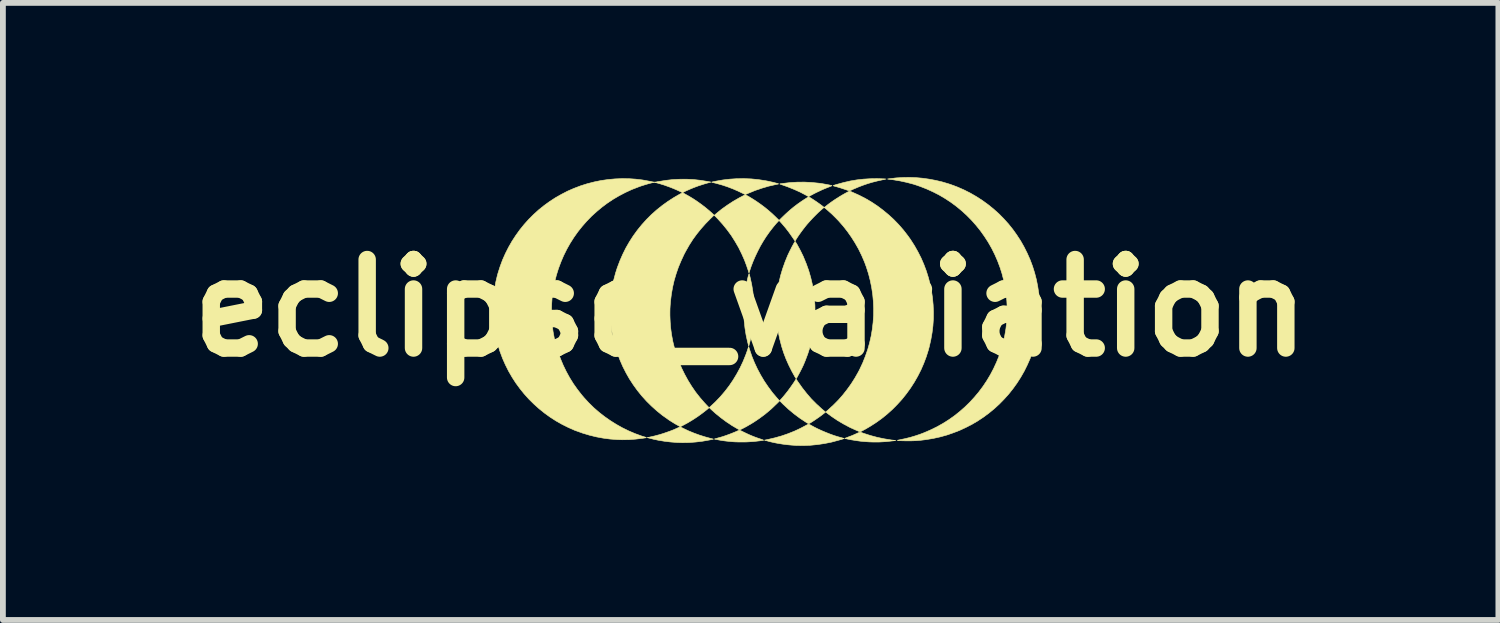
<source format=kicad_pcb>
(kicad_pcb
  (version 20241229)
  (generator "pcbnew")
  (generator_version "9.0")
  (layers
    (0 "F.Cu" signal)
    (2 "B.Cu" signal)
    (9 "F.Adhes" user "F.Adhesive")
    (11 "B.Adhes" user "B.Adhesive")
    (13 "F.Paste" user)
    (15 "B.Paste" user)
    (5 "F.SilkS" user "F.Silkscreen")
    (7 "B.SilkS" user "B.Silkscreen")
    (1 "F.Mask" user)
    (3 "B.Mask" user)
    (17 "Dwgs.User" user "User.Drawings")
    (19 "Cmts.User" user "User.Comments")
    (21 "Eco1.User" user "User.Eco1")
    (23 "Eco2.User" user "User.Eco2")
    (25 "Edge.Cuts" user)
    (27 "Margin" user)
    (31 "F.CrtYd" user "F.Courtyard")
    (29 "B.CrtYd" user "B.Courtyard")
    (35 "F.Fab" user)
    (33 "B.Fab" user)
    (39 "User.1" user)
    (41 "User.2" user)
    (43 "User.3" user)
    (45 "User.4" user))
  (footprint "eclipse_variation"
    (layer "F.Cu")
    (at 9.877 2.254)
    (property "Reference" "eclipse_variation" (at 0 0 0) (layer "F.SilkS") (effects (font (size 1.524 1.524) (thickness 0.3))))
    (attr through_hole)
    (fp_poly (pts (xy 1.944 2.158) (xy 2.062 2.196) (xy 2.181 2.228) (xy 2.301 2.253) (xy 2.424 2.273) (xy 2.451 2.276) (xy 2.501 2.282) (xy 2.46 2.287) (xy 2.338 2.301) (xy 2.217 2.308) (xy 2.097 2.308) (xy 2.041 2.306) (xy 1.967 2.301) (xy 1.891 2.294) (xy 1.814 2.283) (xy 1.739 2.271) (xy 1.667 2.257) (xy 1.648 2.252) (xy 1.619 2.246) (xy 1.678 2.223) (xy 1.706 2.212) (xy 1.729 2.204) (xy 1.749 2.196) (xy 1.768 2.188) (xy 1.787 2.179) (xy 1.808 2.17) (xy 1.833 2.159) (xy 1.834 2.158) (xy 1.883 2.136) (xy 1.944 2.158)) (stroke (width 0.01) (type solid)) (fill yes) (layer "F.SilkS"))
    (fp_poly (pts (xy 0.814 1.27) (xy 0.886 1.372) (xy 0.962 1.469) (xy 1.042 1.562) (xy 1.128 1.649) (xy 1.218 1.732) (xy 1.256 1.764) (xy 1.29 1.793) (xy 1.266 1.812) (xy 1.246 1.828) (xy 1.224 1.845) (xy 1.2 1.863) (xy 1.175 1.881) (xy 1.149 1.899) (xy 1.123 1.917) (xy 1.098 1.934) (xy 1.075 1.949) (xy 1.053 1.963) (xy 1.035 1.975) (xy 1.019 1.984) (xy 1.007 1.99) (xy 1 1.993) (xy 1 1.993) (xy 0.995 1.991) (xy 0.986 1.987) (xy 0.974 1.98) (xy 0.959 1.971) (xy 0.948 1.964) (xy 0.847 1.897) (xy 0.749 1.824) (xy 0.655 1.746) (xy 0.565 1.663) (xy 0.537 1.635) (xy 0.499 1.597) (xy 0.526 1.568) (xy 0.562 1.527) (xy 0.599 1.482) (xy 0.637 1.434) (xy 0.674 1.384) (xy 0.71 1.333) (xy 0.744 1.284) (xy 0.773 1.237) (xy 0.776 1.234) (xy 0.782 1.222) (xy 0.814 1.27)) (stroke (width 0.01) (type solid)) (fill yes) (layer "F.SilkS"))
    (fp_poly (pts (xy -0.025 -0.587) (xy -0.022 -0.578) (xy -0.018 -0.564) (xy -0.014 -0.547) (xy -0.009 -0.527) (xy -0.009 -0.527) (xy 0.018 -0.405) (xy 0.038 -0.284) (xy 0.051 -0.162) (xy 0.058 -0.041) (xy 0.058 0.081) (xy 0.051 0.202) (xy 0.038 0.324) (xy 0.018 0.445) (xy 0.015 0.463) (xy 0.01 0.485) (xy 0.004 0.511) (xy -0.002 0.538) (xy -0.009 0.566) (xy -0.015 0.593) (xy -0.022 0.617) (xy -0.027 0.637) (xy -0.029 0.645) (xy -0.032 0.655) (xy -0.036 0.647) (xy -0.038 0.641) (xy -0.041 0.629) (xy -0.045 0.614) (xy -0.049 0.597) (xy -0.053 0.583) (xy -0.079 0.464) (xy -0.098 0.344) (xy -0.111 0.223) (xy -0.118 0.102) (xy -0.118 -0.019) (xy -0.112 -0.14) (xy -0.099 -0.26) (xy -0.08 -0.38) (xy -0.054 -0.498) (xy -0.043 -0.543) (xy -0.038 -0.56) (xy -0.033 -0.574) (xy -0.03 -0.584) (xy -0.027 -0.59) (xy -0.026 -0.591) (xy -0.025 -0.587)) (stroke (width 0.01) (type solid)) (fill yes) (layer "F.SilkS"))
    (fp_poly (pts (xy 1.046 -2.162) (xy 1.167 -2.15) (xy 1.208 -2.145) (xy 1.227 -2.142) (xy 1.249 -2.138) (xy 1.272 -2.134) (xy 1.296 -2.13) (xy 1.32 -2.125) (xy 1.342 -2.121) (xy 1.362 -2.117) (xy 1.379 -2.113) (xy 1.391 -2.11) (xy 1.399 -2.108) (xy 1.401 -2.107) (xy 1.398 -2.105) (xy 1.391 -2.101) (xy 1.38 -2.096) (xy 1.365 -2.091) (xy 1.359 -2.088) (xy 1.317 -2.072) (xy 1.271 -2.053) (xy 1.224 -2.033) (xy 1.176 -2.01) (xy 1.129 -1.988) (xy 1.084 -1.965) (xy 1.043 -1.943) (xy 1.008 -1.923) (xy 0.998 -1.917) (xy 0.96 -1.939) (xy 0.856 -1.994) (xy 0.747 -2.043) (xy 0.635 -2.088) (xy 0.564 -2.113) (xy 0.541 -2.121) (xy 0.524 -2.127) (xy 0.513 -2.131) (xy 0.506 -2.134) (xy 0.503 -2.136) (xy 0.504 -2.137) (xy 0.505 -2.138) (xy 0.512 -2.139) (xy 0.524 -2.141) (xy 0.539 -2.143) (xy 0.557 -2.146) (xy 0.562 -2.146) (xy 0.682 -2.16) (xy 0.803 -2.167) (xy 0.925 -2.168) (xy 1.046 -2.162)) (stroke (width 0.01) (type solid)) (fill yes) (layer "F.SilkS"))
    (fp_poly (pts (xy -0.117 2.139) (xy -0.067 2.163) (xy -0.021 2.184) (xy 0.024 2.203) (xy 0.069 2.221) (xy 0.116 2.238) (xy 0.166 2.255) (xy 0.175 2.258) (xy 0.192 2.264) (xy 0.206 2.269) (xy 0.217 2.274) (xy 0.223 2.276) (xy 0.223 2.278) (xy 0.218 2.279) (xy 0.208 2.28) (xy 0.194 2.283) (xy 0.177 2.285) (xy 0.17 2.286) (xy 0.048 2.3) (xy -0.073 2.307) (xy -0.193 2.308) (xy -0.259 2.306) (xy -0.311 2.303) (xy -0.366 2.298) (xy -0.42 2.292) (xy -0.468 2.286) (xy -0.49 2.283) (xy -0.513 2.279) (xy -0.536 2.275) (xy -0.558 2.271) (xy -0.578 2.267) (xy -0.596 2.264) (xy -0.61 2.261) (xy -0.62 2.258) (xy -0.624 2.257) (xy -0.624 2.256) (xy -0.62 2.255) (xy -0.611 2.252) (xy -0.598 2.248) (xy -0.581 2.244) (xy -0.573 2.241) (xy -0.525 2.228) (xy -0.472 2.212) (xy -0.417 2.193) (xy -0.362 2.173) (xy -0.308 2.152) (xy -0.257 2.131) (xy -0.237 2.122) (xy -0.192 2.102) (xy -0.117 2.139)) (stroke (width 0.01) (type solid)) (fill yes) (layer "F.SilkS"))
    (fp_poly (pts (xy 1.002 2) (xy 1.011 2.005) (xy 1.023 2.011) (xy 1.035 2.018) (xy 1.095 2.051) (xy 1.159 2.083) (xy 1.227 2.114) (xy 1.296 2.143) (xy 1.367 2.171) (xy 1.436 2.196) (xy 1.504 2.217) (xy 1.568 2.235) (xy 1.573 2.236) (xy 1.587 2.24) (xy 1.598 2.243) (xy 1.605 2.245) (xy 1.606 2.245) (xy 1.607 2.247) (xy 1.605 2.249) (xy 1.598 2.252) (xy 1.587 2.256) (xy 1.571 2.261) (xy 1.549 2.267) (xy 1.522 2.275) (xy 1.511 2.278) (xy 1.392 2.31) (xy 1.272 2.334) (xy 1.151 2.352) (xy 1.029 2.364) (xy 0.907 2.369) (xy 0.784 2.367) (xy 0.771 2.366) (xy 0.699 2.361) (xy 0.625 2.354) (xy 0.549 2.344) (xy 0.474 2.332) (xy 0.401 2.318) (xy 0.332 2.302) (xy 0.267 2.284) (xy 0.262 2.283) (xy 0.238 2.276) (xy 0.302 2.263) (xy 0.417 2.236) (xy 0.531 2.204) (xy 0.644 2.165) (xy 0.754 2.121) (xy 0.861 2.071) (xy 0.953 2.022) (xy 0.968 2.014) (xy 0.981 2.007) (xy 0.991 2.002) (xy 0.997 1.999) (xy 0.998 1.999) (xy 1.002 2)) (stroke (width 0.01) (type solid)) (fill yes) (layer "F.SilkS"))
    (fp_poly (pts (xy -1.157 2.075) (xy -1.068 2.117) (xy -0.975 2.155) (xy -0.879 2.19) (xy -0.783 2.22) (xy -0.692 2.245) (xy -0.675 2.249) (xy -0.66 2.253) (xy -0.649 2.256) (xy -0.642 2.258) (xy -0.641 2.259) (xy -0.644 2.259) (xy -0.653 2.261) (xy -0.667 2.264) (xy -0.684 2.268) (xy -0.704 2.272) (xy -0.709 2.273) (xy -0.827 2.294) (xy -0.943 2.308) (xy -1.059 2.317) (xy -1.176 2.319) (xy -1.269 2.316) (xy -1.375 2.308) (xy -1.484 2.295) (xy -1.593 2.277) (xy -1.602 2.275) (xy -1.624 2.27) (xy -1.65 2.265) (xy -1.677 2.259) (xy -1.703 2.252) (xy -1.728 2.246) (xy -1.75 2.24) (xy -1.768 2.236) (xy -1.775 2.233) (xy -1.781 2.231) (xy -1.781 2.23) (xy -1.777 2.23) (xy -1.769 2.229) (xy -1.756 2.227) (xy -1.738 2.223) (xy -1.717 2.218) (xy -1.693 2.213) (xy -1.668 2.207) (xy -1.643 2.201) (xy -1.618 2.194) (xy -1.595 2.188) (xy -1.575 2.183) (xy -1.571 2.182) (xy -1.51 2.163) (xy -1.448 2.142) (xy -1.386 2.12) (xy -1.327 2.097) (xy -1.273 2.073) (xy -1.251 2.063) (xy -1.214 2.046) (xy -1.157 2.075)) (stroke (width 0.01) (type solid)) (fill yes) (layer "F.SilkS"))
    (fp_poly (pts (xy 2.296 -2.224) (xy 2.31 -2.223) (xy 2.322 -2.222) (xy 2.33 -2.221) (xy 2.332 -2.221) (xy 2.328 -2.22) (xy 2.319 -2.218) (xy 2.306 -2.215) (xy 2.289 -2.211) (xy 2.269 -2.207) (xy 2.265 -2.206) (xy 2.179 -2.187) (xy 2.097 -2.166) (xy 2.016 -2.142) (xy 1.935 -2.114) (xy 1.935 -2.114) (xy 1.906 -2.103) (xy 1.874 -2.091) (xy 1.842 -2.078) (xy 1.81 -2.064) (xy 1.78 -2.052) (xy 1.754 -2.04) (xy 1.733 -2.03) (xy 1.719 -2.023) (xy 1.708 -2.019) (xy 1.7 -2.017) (xy 1.693 -2.018) (xy 1.684 -2.021) (xy 1.683 -2.022) (xy 1.672 -2.026) (xy 1.656 -2.032) (xy 1.635 -2.039) (xy 1.611 -2.047) (xy 1.586 -2.055) (xy 1.56 -2.064) (xy 1.534 -2.072) (xy 1.509 -2.079) (xy 1.487 -2.086) (xy 1.475 -2.089) (xy 1.454 -2.095) (xy 1.439 -2.099) (xy 1.429 -2.102) (xy 1.424 -2.105) (xy 1.425 -2.108) (xy 1.431 -2.112) (xy 1.443 -2.116) (xy 1.462 -2.122) (xy 1.486 -2.129) (xy 1.49 -2.13) (xy 1.603 -2.161) (xy 1.715 -2.187) (xy 1.828 -2.206) (xy 1.942 -2.219) (xy 2.058 -2.226) (xy 2.176 -2.228) (xy 2.296 -2.224)) (stroke (width 0.01) (type solid)) (fill yes) (layer "F.SilkS"))
    (fp_poly (pts (xy 0.011 -2.223) (xy 0.133 -2.211) (xy 0.255 -2.192) (xy 0.292 -2.185) (xy 0.318 -2.18) (xy 0.346 -2.173) (xy 0.375 -2.167) (xy 0.403 -2.16) (xy 0.43 -2.153) (xy 0.453 -2.147) (xy 0.47 -2.142) (xy 0.476 -2.14) (xy 0.479 -2.139) (xy 0.481 -2.138) (xy 0.479 -2.136) (xy 0.473 -2.134) (xy 0.463 -2.132) (xy 0.448 -2.129) (xy 0.427 -2.125) (xy 0.418 -2.123) (xy 0.302 -2.096) (xy 0.188 -2.062) (xy 0.074 -2.023) (xy -0.02 -1.984) (xy -0.04 -1.976) (xy -0.057 -1.968) (xy -0.072 -1.962) (xy -0.083 -1.957) (xy -0.089 -1.955) (xy -0.09 -1.955) (xy -0.095 -1.956) (xy -0.104 -1.959) (xy -0.117 -1.965) (xy -0.131 -1.972) (xy -0.135 -1.974) (xy -0.225 -2.017) (xy -0.319 -2.057) (xy -0.415 -2.093) (xy -0.512 -2.124) (xy -0.607 -2.15) (xy -0.612 -2.151) (xy -0.633 -2.156) (xy -0.648 -2.16) (xy -0.659 -2.163) (xy -0.665 -2.165) (xy -0.669 -2.166) (xy -0.67 -2.167) (xy -0.669 -2.168) (xy -0.669 -2.168) (xy -0.665 -2.169) (xy -0.656 -2.172) (xy -0.642 -2.175) (xy -0.624 -2.178) (xy -0.603 -2.183) (xy -0.581 -2.187) (xy -0.558 -2.191) (xy -0.535 -2.195) (xy -0.513 -2.199) (xy -0.493 -2.202) (xy -0.478 -2.205) (xy -0.356 -2.219) (xy -0.234 -2.227) (xy -0.111 -2.228) (xy 0.011 -2.223)) (stroke (width 0.01) (type solid)) (fill yes) (layer "F.SilkS"))
    (fp_poly (pts (xy -0.032 0.668) (xy -0.03 0.677) (xy -0.026 0.69) (xy -0.021 0.706) (xy -0.018 0.716) (xy 0.02 0.829) (xy 0.065 0.94) (xy 0.116 1.049) (xy 0.173 1.156) (xy 0.235 1.26) (xy 0.303 1.36) (xy 0.375 1.457) (xy 0.453 1.549) (xy 0.47 1.568) (xy 0.48 1.58) (xy 0.489 1.59) (xy 0.494 1.597) (xy 0.497 1.6) (xy 0.497 1.6) (xy 0.494 1.603) (xy 0.488 1.61) (xy 0.478 1.62) (xy 0.465 1.633) (xy 0.45 1.648) (xy 0.433 1.664) (xy 0.415 1.681) (xy 0.398 1.698) (xy 0.381 1.714) (xy 0.364 1.73) (xy 0.35 1.743) (xy 0.338 1.753) (xy 0.338 1.753) (xy 0.245 1.831) (xy 0.149 1.902) (xy 0.051 1.968) (xy -0.052 2.029) (xy -0.062 2.035) (xy -0.08 2.045) (xy -0.099 2.055) (xy -0.118 2.065) (xy -0.137 2.075) (xy -0.154 2.083) (xy -0.169 2.091) (xy -0.18 2.096) (xy -0.187 2.099) (xy -0.189 2.1) (xy -0.193 2.098) (xy -0.201 2.094) (xy -0.213 2.088) (xy -0.227 2.08) (xy -0.227 2.08) (xy -0.325 2.022) (xy -0.421 1.958) (xy -0.515 1.888) (xy -0.606 1.814) (xy -0.666 1.76) (xy -0.713 1.716) (xy -0.696 1.7) (xy -0.607 1.617) (xy -0.524 1.53) (xy -0.445 1.438) (xy -0.371 1.342) (xy -0.303 1.242) (xy -0.24 1.138) (xy -0.182 1.031) (xy -0.13 0.921) (xy -0.084 0.808) (xy -0.056 0.73) (xy -0.05 0.71) (xy -0.044 0.693) (xy -0.039 0.679) (xy -0.035 0.669) (xy -0.034 0.664) (xy -0.033 0.664) (xy -0.032 0.668)) (stroke (width 0.01) (type solid)) (fill yes) (layer "F.SilkS"))
    (fp_poly (pts (xy 0.769 -1.143) (xy 0.774 -1.135) (xy 0.782 -1.123) (xy 0.792 -1.107) (xy 0.804 -1.087) (xy 0.816 -1.064) (xy 0.83 -1.039) (xy 0.844 -1.013) (xy 0.858 -0.986) (xy 0.872 -0.958) (xy 0.885 -0.931) (xy 0.898 -0.905) (xy 0.909 -0.881) (xy 0.912 -0.873) (xy 0.959 -0.759) (xy 1 -0.644) (xy 1.034 -0.527) (xy 1.062 -0.409) (xy 1.083 -0.29) (xy 1.098 -0.17) (xy 1.107 -0.05) (xy 1.109 0.07) (xy 1.104 0.191) (xy 1.094 0.311) (xy 1.076 0.43) (xy 1.053 0.549) (xy 1.023 0.667) (xy 0.986 0.784) (xy 0.943 0.899) (xy 0.91 0.979) (xy 0.9 1) (xy 0.889 1.023) (xy 0.877 1.048) (xy 0.864 1.073) (xy 0.851 1.099) (xy 0.838 1.123) (xy 0.826 1.146) (xy 0.814 1.167) (xy 0.804 1.186) (xy 0.796 1.2) (xy 0.789 1.21) (xy 0.785 1.215) (xy 0.784 1.215) (xy 0.782 1.213) (xy 0.776 1.206) (xy 0.77 1.196) (xy 0.763 1.186) (xy 0.706 1.083) (xy 0.655 0.981) (xy 0.609 0.877) (xy 0.569 0.772) (xy 0.534 0.663) (xy 0.529 0.643) (xy 0.498 0.523) (xy 0.474 0.403) (xy 0.456 0.283) (xy 0.445 0.162) (xy 0.441 0.041) (xy 0.443 -0.08) (xy 0.452 -0.201) (xy 0.467 -0.321) (xy 0.488 -0.44) (xy 0.516 -0.559) (xy 0.551 -0.676) (xy 0.592 -0.792) (xy 0.639 -0.907) (xy 0.64 -0.909) (xy 0.65 -0.93) (xy 0.661 -0.953) (xy 0.673 -0.978) (xy 0.686 -1.003) (xy 0.699 -1.029) (xy 0.711 -1.053) (xy 0.724 -1.076) (xy 0.735 -1.097) (xy 0.746 -1.116) (xy 0.754 -1.13) (xy 0.761 -1.14) (xy 0.765 -1.145) (xy 0.765 -1.145) (xy 0.769 -1.143)) (stroke (width 0.01) (type solid)) (fill yes) (layer "F.SilkS"))
    (fp_poly (pts (xy 1.758 -1.991) (xy 1.871 -1.94) (xy 1.98 -1.884) (xy 2.085 -1.822) (xy 2.187 -1.754) (xy 2.284 -1.681) (xy 2.378 -1.603) (xy 2.467 -1.521) (xy 2.552 -1.433) (xy 2.632 -1.341) (xy 2.707 -1.244) (xy 2.754 -1.178) (xy 2.82 -1.075) (xy 2.88 -0.969) (xy 2.935 -0.861) (xy 2.983 -0.75) (xy 3.025 -0.638) (xy 3.061 -0.523) (xy 3.091 -0.407) (xy 3.115 -0.29) (xy 3.132 -0.171) (xy 3.143 -0.052) (xy 3.148 0.068) (xy 3.147 0.188) (xy 3.139 0.308) (xy 3.124 0.428) (xy 3.103 0.548) (xy 3.076 0.667) (xy 3.061 0.723) (xy 3.024 0.84) (xy 2.981 0.954) (xy 2.933 1.065) (xy 2.878 1.173) (xy 2.818 1.278) (xy 2.753 1.379) (xy 2.682 1.477) (xy 2.607 1.571) (xy 2.526 1.66) (xy 2.441 1.746) (xy 2.351 1.827) (xy 2.257 1.903) (xy 2.158 1.974) (xy 2.055 2.04) (xy 1.978 2.085) (xy 1.955 2.097) (xy 1.934 2.109) (xy 1.916 2.118) (xy 1.901 2.126) (xy 1.89 2.131) (xy 1.885 2.133) (xy 1.884 2.133) (xy 1.88 2.132) (xy 1.871 2.128) (xy 1.858 2.123) (xy 1.843 2.116) (xy 1.826 2.109) (xy 1.713 2.058) (xy 1.604 2) (xy 1.498 1.938) (xy 1.396 1.869) (xy 1.339 1.827) (xy 1.322 1.814) (xy 1.31 1.805) (xy 1.302 1.799) (xy 1.298 1.794) (xy 1.296 1.791) (xy 1.297 1.788) (xy 1.299 1.786) (xy 1.303 1.782) (xy 1.312 1.775) (xy 1.323 1.765) (xy 1.337 1.753) (xy 1.346 1.744) (xy 1.431 1.666) (xy 1.513 1.583) (xy 1.59 1.495) (xy 1.663 1.402) (xy 1.732 1.306) (xy 1.795 1.207) (xy 1.853 1.105) (xy 1.878 1.057) (xy 1.93 0.946) (xy 1.975 0.833) (xy 2.015 0.718) (xy 2.048 0.602) (xy 2.075 0.484) (xy 2.095 0.366) (xy 2.109 0.247) (xy 2.117 0.127) (xy 2.118 0.007) (xy 2.113 -0.113) (xy 2.102 -0.233) (xy 2.084 -0.353) (xy 2.06 -0.471) (xy 2.03 -0.589) (xy 1.993 -0.705) (xy 1.961 -0.792) (xy 1.913 -0.903) (xy 1.86 -1.012) (xy 1.8 -1.118) (xy 1.735 -1.221) (xy 1.665 -1.32) (xy 1.59 -1.415) (xy 1.509 -1.507) (xy 1.43 -1.587) (xy 1.412 -1.605) (xy 1.392 -1.624) (xy 1.37 -1.643) (xy 1.349 -1.662) (xy 1.328 -1.681) (xy 1.309 -1.697) (xy 1.293 -1.711) (xy 1.28 -1.721) (xy 1.277 -1.723) (xy 1.267 -1.731) (xy 1.293 -1.751) (xy 1.337 -1.786) (xy 1.385 -1.821) (xy 1.435 -1.856) (xy 1.487 -1.89) (xy 1.538 -1.922) (xy 1.589 -1.952) (xy 1.637 -1.979) (xy 1.682 -2.003) (xy 1.69 -2.007) (xy 1.705 -2.014) (xy 1.758 -1.991)) (stroke (width 0.01) (type solid)) (fill yes) (layer "F.SilkS"))
    (fp_poly (pts (xy -0.07 -1.939) (xy -0.053 -1.93) (xy -0.031 -1.918) (xy -0.007 -1.903) (xy 0.02 -1.887) (xy 0.047 -1.87) (xy 0.074 -1.853) (xy 0.098 -1.837) (xy 0.113 -1.827) (xy 0.181 -1.779) (xy 0.245 -1.731) (xy 0.307 -1.68) (xy 0.369 -1.626) (xy 0.431 -1.567) (xy 0.434 -1.564) (xy 0.49 -1.509) (xy 0.551 -1.569) (xy 0.599 -1.615) (xy 0.645 -1.657) (xy 0.691 -1.697) (xy 0.738 -1.736) (xy 0.788 -1.774) (xy 0.792 -1.777) (xy 0.81 -1.791) (xy 0.831 -1.805) (xy 0.853 -1.821) (xy 0.876 -1.837) (xy 0.899 -1.852) (xy 0.921 -1.867) (xy 0.942 -1.88) (xy 0.961 -1.892) (xy 0.977 -1.902) (xy 0.989 -1.909) (xy 0.997 -1.912) (xy 1 -1.913) (xy 1.005 -1.911) (xy 1.015 -1.906) (xy 1.029 -1.898) (xy 1.047 -1.887) (xy 1.067 -1.874) (xy 1.09 -1.859) (xy 1.114 -1.843) (xy 1.123 -1.837) (xy 1.141 -1.825) (xy 1.159 -1.812) (xy 1.179 -1.798) (xy 1.198 -1.784) (xy 1.216 -1.771) (xy 1.232 -1.759) (xy 1.245 -1.748) (xy 1.256 -1.74) (xy 1.262 -1.735) (xy 1.263 -1.733) (xy 1.261 -1.73) (xy 1.254 -1.724) (xy 1.244 -1.715) (xy 1.231 -1.704) (xy 1.221 -1.695) (xy 1.171 -1.651) (xy 1.121 -1.602) (xy 1.07 -1.55) (xy 1.021 -1.497) (xy 0.974 -1.444) (xy 0.963 -1.431) (xy 0.945 -1.409) (xy 0.925 -1.383) (xy 0.904 -1.356) (xy 0.882 -1.327) (xy 0.861 -1.298) (xy 0.84 -1.269) (xy 0.821 -1.241) (xy 0.804 -1.216) (xy 0.79 -1.193) (xy 0.778 -1.175) (xy 0.774 -1.166) (xy 0.766 -1.151) (xy 0.725 -1.211) (xy 0.665 -1.297) (xy 0.602 -1.379) (xy 0.538 -1.454) (xy 0.509 -1.486) (xy 0.489 -1.508) (xy 0.466 -1.483) (xy 0.438 -1.453) (xy 0.408 -1.417) (xy 0.377 -1.379) (xy 0.345 -1.338) (xy 0.314 -1.297) (xy 0.285 -1.255) (xy 0.265 -1.227) (xy 0.215 -1.148) (xy 0.167 -1.066) (xy 0.122 -0.979) (xy 0.08 -0.891) (xy 0.042 -0.803) (xy 0.008 -0.715) (xy -0.018 -0.637) (xy -0.022 -0.622) (xy -0.026 -0.612) (xy -0.029 -0.605) (xy -0.03 -0.604) (xy -0.03 -0.604) (xy -0.031 -0.61) (xy -0.034 -0.622) (xy -0.039 -0.637) (xy -0.045 -0.657) (xy -0.053 -0.678) (xy -0.061 -0.702) (xy -0.069 -0.727) (xy -0.078 -0.751) (xy -0.087 -0.774) (xy -0.095 -0.796) (xy -0.102 -0.814) (xy -0.103 -0.818) (xy -0.153 -0.931) (xy -0.207 -1.041) (xy -0.268 -1.146) (xy -0.333 -1.249) (xy -0.405 -1.347) (xy -0.482 -1.442) (xy -0.565 -1.534) (xy -0.589 -1.559) (xy -0.626 -1.596) (xy -0.594 -1.624) (xy -0.501 -1.7) (xy -0.403 -1.77) (xy -0.302 -1.836) (xy -0.196 -1.897) (xy -0.133 -1.93) (xy -0.092 -1.951) (xy -0.07 -1.939)) (stroke (width 0.01) (type solid)) (fill yes) (layer "F.SilkS"))
    (fp_poly (pts (xy 2.846 -2.245) (xy 2.958 -2.235) (xy 3.072 -2.219) (xy 3.184 -2.198) (xy 3.295 -2.172) (xy 3.403 -2.14) (xy 3.446 -2.126) (xy 3.561 -2.083) (xy 3.673 -2.034) (xy 3.782 -1.979) (xy 3.888 -1.918) (xy 3.99 -1.852) (xy 4.088 -1.781) (xy 4.182 -1.705) (xy 4.273 -1.624) (xy 4.358 -1.538) (xy 4.44 -1.447) (xy 4.516 -1.352) (xy 4.583 -1.258) (xy 4.65 -1.155) (xy 4.71 -1.049) (xy 4.764 -0.941) (xy 4.813 -0.83) (xy 4.855 -0.718) (xy 4.891 -0.603) (xy 4.921 -0.487) (xy 4.944 -0.37) (xy 4.962 -0.251) (xy 4.973 -0.132) (xy 4.978 -0.012) (xy 4.976 0.108) (xy 4.968 0.228) (xy 4.954 0.348) (xy 4.933 0.468) (xy 4.906 0.587) (xy 4.891 0.643) (xy 4.854 0.759) (xy 4.812 0.873) (xy 4.763 0.983) (xy 4.71 1.09) (xy 4.651 1.193) (xy 4.587 1.293) (xy 4.518 1.389) (xy 4.445 1.481) (xy 4.366 1.569) (xy 4.284 1.653) (xy 4.198 1.732) (xy 4.107 1.807) (xy 4.013 1.877) (xy 3.915 1.942) (xy 3.814 2.002) (xy 3.709 2.056) (xy 3.602 2.106) (xy 3.491 2.149) (xy 3.378 2.188) (xy 3.263 2.22) (xy 3.145 2.246) (xy 3.026 2.266) (xy 2.93 2.278) (xy 2.845 2.285) (xy 2.761 2.288) (xy 2.675 2.288) (xy 2.591 2.286) (xy 2.571 2.285) (xy 2.554 2.284) (xy 2.54 2.282) (xy 2.53 2.281) (xy 2.526 2.28) (xy 2.526 2.28) (xy 2.528 2.279) (xy 2.535 2.276) (xy 2.547 2.274) (xy 2.562 2.271) (xy 2.565 2.27) (xy 2.656 2.251) (xy 2.75 2.228) (xy 2.843 2.2) (xy 2.933 2.169) (xy 2.98 2.151) (xy 3.092 2.103) (xy 3.201 2.05) (xy 3.307 1.991) (xy 3.409 1.927) (xy 3.507 1.858) (xy 3.6 1.784) (xy 3.69 1.705) (xy 3.775 1.622) (xy 3.855 1.535) (xy 3.931 1.444) (xy 4.002 1.349) (xy 4.068 1.25) (xy 4.129 1.148) (xy 4.184 1.043) (xy 4.234 0.935) (xy 4.279 0.824) (xy 4.317 0.71) (xy 4.35 0.594) (xy 4.376 0.475) (xy 4.396 0.358) (xy 4.41 0.239) (xy 4.417 0.119) (xy 4.418 -0.002) (xy 4.412 -0.122) (xy 4.4 -0.243) (xy 4.382 -0.362) (xy 4.358 -0.479) (xy 4.328 -0.595) (xy 4.296 -0.695) (xy 4.253 -0.81) (xy 4.204 -0.922) (xy 4.15 -1.03) (xy 4.09 -1.135) (xy 4.025 -1.235) (xy 3.956 -1.332) (xy 3.881 -1.425) (xy 3.803 -1.513) (xy 3.719 -1.598) (xy 3.632 -1.677) (xy 3.541 -1.752) (xy 3.446 -1.822) (xy 3.347 -1.887) (xy 3.245 -1.947) (xy 3.139 -2.001) (xy 3.031 -2.05) (xy 2.919 -2.094) (xy 2.806 -2.132) (xy 2.689 -2.163) (xy 2.57 -2.189) (xy 2.449 -2.209) (xy 2.403 -2.214) (xy 2.387 -2.216) (xy 2.373 -2.218) (xy 2.363 -2.22) (xy 2.358 -2.221) (xy 2.358 -2.221) (xy 2.36 -2.222) (xy 2.369 -2.223) (xy 2.381 -2.225) (xy 2.398 -2.227) (xy 2.417 -2.229) (xy 2.437 -2.232) (xy 2.458 -2.234) (xy 2.478 -2.237) (xy 2.496 -2.239) (xy 2.505 -2.24) (xy 2.518 -2.241) (xy 2.536 -2.242) (xy 2.558 -2.243) (xy 2.582 -2.245) (xy 2.608 -2.246) (xy 2.624 -2.247) (xy 2.734 -2.249) (xy 2.846 -2.245)) (stroke (width 0.01) (type solid)) (fill yes) (layer "F.SilkS"))
    (fp_poly (pts (xy -2.1 -2.227) (xy -1.981 -2.219) (xy -1.863 -2.205) (xy -1.748 -2.184) (xy -1.721 -2.179) (xy -1.7 -2.174) (xy -1.683 -2.171) (xy -1.67 -2.169) (xy -1.658 -2.168) (xy -1.648 -2.168) (xy -1.638 -2.169) (xy -1.626 -2.17) (xy -1.613 -2.173) (xy -1.596 -2.176) (xy -1.588 -2.177) (xy -1.467 -2.197) (xy -1.346 -2.211) (xy -1.225 -2.217) (xy -1.104 -2.218) (xy -0.984 -2.212) (xy -0.865 -2.199) (xy -0.747 -2.18) (xy -0.728 -2.177) (xy -0.682 -2.168) (xy -0.707 -2.162) (xy -0.749 -2.15) (xy -0.795 -2.137) (xy -0.845 -2.121) (xy -0.895 -2.105) (xy -0.944 -2.087) (xy -0.991 -2.069) (xy -1.02 -2.057) (xy -1.039 -2.049) (xy -1.06 -2.04) (xy -1.082 -2.03) (xy -1.103 -2.021) (xy -1.122 -2.012) (xy -1.139 -2.003) (xy -1.154 -1.996) (xy -1.164 -1.991) (xy -1.169 -1.987) (xy -1.17 -1.986) (xy -1.167 -1.984) (xy -1.159 -1.979) (xy -1.148 -1.973) (xy -1.134 -1.965) (xy -1.129 -1.962) (xy -1.057 -1.922) (xy -0.985 -1.878) (xy -0.912 -1.829) (xy -0.841 -1.778) (xy -0.773 -1.725) (xy -0.709 -1.672) (xy -0.658 -1.626) (xy -0.63 -1.599) (xy -0.696 -1.535) (xy -0.779 -1.45) (xy -0.856 -1.363) (xy -0.928 -1.274) (xy -0.995 -1.182) (xy -1.057 -1.085) (xy -1.114 -0.985) (xy -1.145 -0.927) (xy -1.197 -0.815) (xy -1.244 -0.703) (xy -1.283 -0.59) (xy -1.317 -0.475) (xy -1.344 -0.358) (xy -1.365 -0.238) (xy -1.38 -0.116) (xy -1.386 -0.041) (xy -1.389 0.011) (xy -1.39 0.067) (xy -1.39 0.127) (xy -1.388 0.187) (xy -1.385 0.247) (xy -1.381 0.305) (xy -1.378 0.34) (xy -1.362 0.459) (xy -1.34 0.577) (xy -1.311 0.694) (xy -1.277 0.809) (xy -1.236 0.922) (xy -1.19 1.033) (xy -1.137 1.141) (xy -1.079 1.247) (xy -1.016 1.349) (xy -0.948 1.448) (xy -0.874 1.542) (xy -0.795 1.633) (xy -0.754 1.677) (xy -0.741 1.69) (xy -0.731 1.701) (xy -0.722 1.71) (xy -0.718 1.716) (xy -0.717 1.717) (xy -0.719 1.72) (xy -0.726 1.726) (xy -0.736 1.735) (xy -0.748 1.745) (xy -0.752 1.749) (xy -0.829 1.809) (xy -0.91 1.868) (xy -0.995 1.924) (xy -1.083 1.977) (xy -1.159 2.018) (xy -1.21 2.045) (xy -1.236 2.031) (xy -1.254 2.021) (xy -1.278 2.008) (xy -1.304 1.993) (xy -1.332 1.976) (xy -1.36 1.958) (xy -1.388 1.941) (xy -1.414 1.924) (xy -1.423 1.917) (xy -1.523 1.846) (xy -1.618 1.769) (xy -1.708 1.688) (xy -1.794 1.603) (xy -1.875 1.513) (xy -1.951 1.419) (xy -2.021 1.322) (xy -2.087 1.221) (xy -2.146 1.117) (xy -2.201 1.009) (xy -2.249 0.899) (xy -2.292 0.786) (xy -2.329 0.671) (xy -2.36 0.553) (xy -2.384 0.433) (xy -2.396 0.358) (xy -2.41 0.239) (xy -2.417 0.118) (xy -2.418 -0.003) (xy -2.412 -0.124) (xy -2.4 -0.244) (xy -2.382 -0.364) (xy -2.358 -0.482) (xy -2.327 -0.599) (xy -2.296 -0.696) (xy -2.252 -0.812) (xy -2.203 -0.924) (xy -2.149 -1.033) (xy -2.088 -1.139) (xy -2.023 -1.24) (xy -1.952 -1.338) (xy -1.876 -1.432) (xy -1.795 -1.522) (xy -1.709 -1.608) (xy -1.618 -1.689) (xy -1.523 -1.765) (xy -1.423 -1.837) (xy -1.32 -1.903) (xy -1.232 -1.954) (xy -1.172 -1.986) (xy -1.212 -2.005) (xy -1.273 -2.033) (xy -1.331 -2.058) (xy -1.387 -2.08) (xy -1.445 -2.101) (xy -1.475 -2.112) (xy -1.502 -2.121) (xy -1.53 -2.129) (xy -1.557 -2.138) (xy -1.583 -2.145) (xy -1.607 -2.152) (xy -1.627 -2.157) (xy -1.644 -2.161) (xy -1.655 -2.163) (xy -1.659 -2.163) (xy -1.669 -2.162) (xy -1.685 -2.159) (xy -1.706 -2.154) (xy -1.73 -2.148) (xy -1.757 -2.141) (xy -1.787 -2.132) (xy -1.818 -2.123) (xy -1.849 -2.113) (xy -1.881 -2.103) (xy -1.911 -2.093) (xy -1.934 -2.084) (xy -2.048 -2.04) (xy -2.158 -1.989) (xy -2.265 -1.933) (xy -2.369 -1.872) (xy -2.468 -1.806) (xy -2.564 -1.734) (xy -2.655 -1.658) (xy -2.743 -1.578) (xy -2.825 -1.493) (xy -2.903 -1.404) (xy -2.977 -1.311) (xy -3.045 -1.215) (xy -3.109 -1.114) (xy -3.167 -1.011) (xy -3.22 -0.904) (xy -3.267 -0.794) (xy -3.309 -0.682) (xy -3.345 -0.567) (xy -3.375 -0.449) (xy -3.398 -0.329) (xy -3.404 -0.293) (xy -3.419 -0.179) (xy -3.427 -0.062) (xy -3.43 0.055) (xy -3.427 0.173) (xy -3.418 0.29) (xy -3.402 0.41) (xy -3.38 0.528) (xy -3.351 0.645) (xy -3.316 0.761) (xy -3.275 0.874) (xy -3.228 0.986) (xy -3.175 1.095) (xy -3.117 1.201) (xy -3.053 1.304) (xy -2.983 1.403) (xy -2.908 1.499) (xy -2.867 1.547) (xy -2.786 1.635) (xy -2.7 1.719) (xy -2.609 1.798) (xy -2.514 1.872) (xy -2.415 1.941) (xy -2.313 2.005) (xy -2.208 2.064) (xy -2.1 2.117) (xy -1.989 2.164) (xy -1.877 2.205) (xy -1.837 2.217) (xy -1.818 2.223) (xy -1.805 2.228) (xy -1.798 2.231) (xy -1.796 2.233) (xy -1.797 2.234) (xy -1.803 2.235) (xy -1.814 2.237) (xy -1.829 2.239) (xy -1.847 2.242) (xy -1.861 2.244) (xy -1.977 2.258) (xy -2.09 2.267) (xy -2.204 2.269) (xy -2.3 2.266) (xy -2.42 2.257) (xy -2.54 2.241) (xy -2.659 2.219) (xy -2.777 2.19) (xy -2.894 2.155) (xy -3.008 2.114) (xy -3.03 2.106) (xy -3.141 2.057) (xy -3.249 2.003) (xy -3.353 1.944) (xy -3.454 1.879) (xy -3.552 1.808) (xy -3.645 1.733) (xy -3.734 1.653) (xy -3.819 1.569) (xy -3.899 1.48) (xy -3.974 1.387) (xy -4.045 1.29) (xy -4.11 1.189) (xy -4.17 1.085) (xy -4.224 0.977) (xy -4.273 0.866) (xy -4.275 0.86) (xy -4.318 0.745) (xy -4.354 0.629) (xy -4.384 0.512) (xy -4.407 0.393) (xy -4.424 0.274) (xy -4.434 0.154) (xy -4.438 0.033) (xy -4.436 -0.087) (xy -4.427 -0.208) (xy -4.411 -0.327) (xy -4.389 -0.447) (xy -4.361 -0.565) (xy -4.351 -0.6) (xy -4.314 -0.716) (xy -4.272 -0.829) (xy -4.223 -0.939) (xy -4.169 -1.046) (xy -4.11 -1.149) (xy -4.045 -1.249) (xy -3.976 -1.345) (xy -3.901 -1.438) (xy -3.822 -1.526) (xy -3.739 -1.609) (xy -3.651 -1.689) (xy -3.559 -1.763) (xy -3.463 -1.833) (xy -3.363 -1.898) (xy -3.259 -1.957) (xy -3.153 -2.012) (xy -3.043 -2.06) (xy -2.93 -2.103) (xy -2.814 -2.14) (xy -2.809 -2.141) (xy -2.693 -2.171) (xy -2.576 -2.195) (xy -2.457 -2.212) (xy -2.338 -2.223) (xy -2.219 -2.228) (xy -2.1 -2.227)) (stroke (width 0.01) (type solid)) (fill yes) (layer "F.SilkS")))
  (gr_rect
    (start -3 -3)
    (end 22.754 7.627)
    (stroke (width 0.1) (type default))
    (fill no)
    (layer "Edge.Cuts")))
</source>
